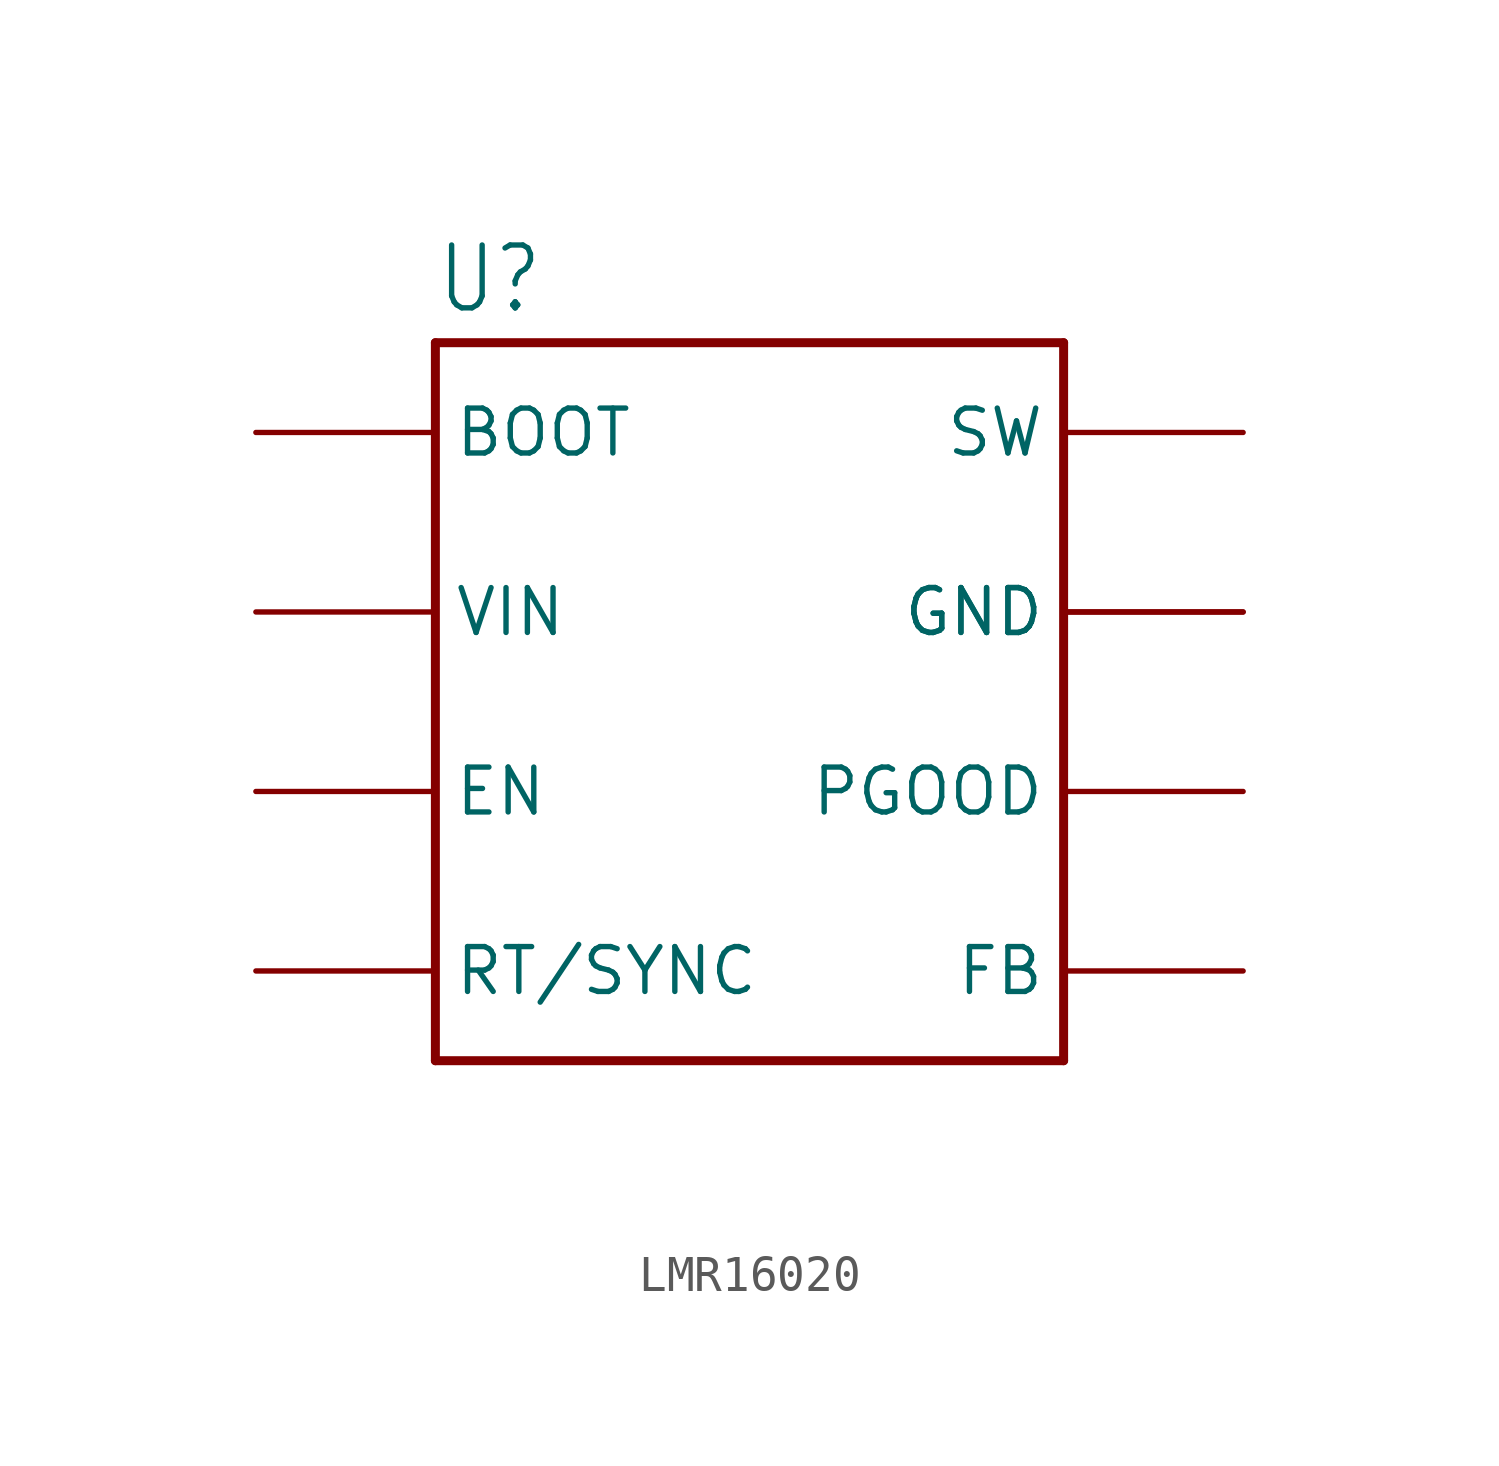
<source format=kicad_sym>
(kicad_symbol_lib
  (version 20220914)
  (generator kicad_symbol_editor)
  (symbol "LMR16020"
    (property "Reference" "U"
      (at -7.62 10.922 0)
      (effects (font (size 1.778 1.511)) (justify left bottom)))
    (property "Value" ""
      (at -7.874 -12.7 0)
      (effects (font (size 1.778 1.511)) (justify left bottom)))
    (property "ki_locked" ""
      (at 0 0 0)
      (effects (font (size 1.27 1.27))))
    (symbol "LMR16020_1_0"
      (polyline (pts (xy -7.62 10.16) (xy -7.62 -10.16)) (stroke (width 0.254) (type solid)) (fill (type none)))
      (polyline (pts (xy -7.62 10.16) (xy 10.16 10.16)) (stroke (width 0.254) (type solid)) (fill (type none)))
      (polyline (pts (xy 10.16 -10.16) (xy -7.62 -10.16)) (stroke (width 0.254) (type solid)) (fill (type none)))
      (polyline (pts (xy 10.16 10.16) (xy 10.16 -10.16)) (stroke (width 0.254) (type solid)) (fill (type none)))
      (pin bidirectional line (at -12.7 7.62 0) (length 5.08) (name "BOOT" (effects (font (size 1.27 1.27)))) (number "P$1" (effects (font (size 0 0)))))
      (pin bidirectional line (at -12.7 2.54 0) (length 5.08) (name "VIN" (effects (font (size 1.27 1.27)))) (number "P$2" (effects (font (size 0 0)))))
      (pin bidirectional line (at -12.7 -2.54 0) (length 5.08) (name "EN" (effects (font (size 1.27 1.27)))) (number "P$3" (effects (font (size 0 0)))))
      (pin bidirectional line (at -12.7 -7.62 0) (length 5.08) (name "RT/SYNC" (effects (font (size 1.27 1.27)))) (number "P$4" (effects (font (size 0 0)))))
      (pin bidirectional line (at 15.24 -7.62 180) (length 5.08) (name "FB" (effects (font (size 1.27 1.27)))) (number "P$5" (effects (font (size 0 0)))))
      (pin bidirectional line (at 15.24 -2.54 180) (length 5.08) (name "PGOOD" (effects (font (size 1.27 1.27)))) (number "P$6" (effects (font (size 0 0)))))
      (pin bidirectional line (at 15.24 2.54 180) (length 5.08) (name "GND" (effects (font (size 1.27 1.27)))) (number "P$7" (effects (font (size 0 0)))))
      (pin bidirectional line (at 15.24 7.62 180) (length 5.08) (name "SW" (effects (font (size 1.27 1.27)))) (number "P$8" (effects (font (size 0 0)))))
      (pin bidirectional line (at 15.24 2.54 180) (length 5.08) (name "GND" (effects (font (size 1.27 1.27)))) (number "PAD" (effects (font (size 0 0))))))))
</source>
